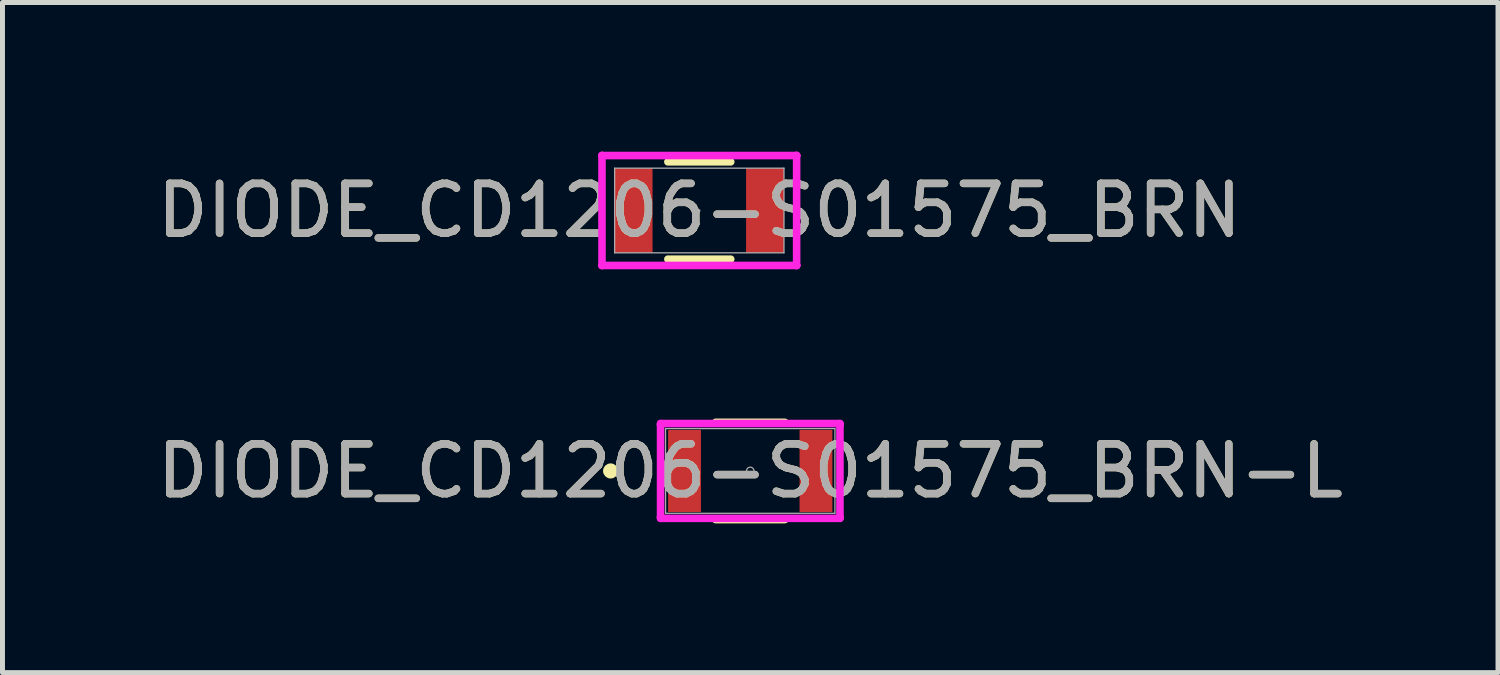
<source format=kicad_pcb>
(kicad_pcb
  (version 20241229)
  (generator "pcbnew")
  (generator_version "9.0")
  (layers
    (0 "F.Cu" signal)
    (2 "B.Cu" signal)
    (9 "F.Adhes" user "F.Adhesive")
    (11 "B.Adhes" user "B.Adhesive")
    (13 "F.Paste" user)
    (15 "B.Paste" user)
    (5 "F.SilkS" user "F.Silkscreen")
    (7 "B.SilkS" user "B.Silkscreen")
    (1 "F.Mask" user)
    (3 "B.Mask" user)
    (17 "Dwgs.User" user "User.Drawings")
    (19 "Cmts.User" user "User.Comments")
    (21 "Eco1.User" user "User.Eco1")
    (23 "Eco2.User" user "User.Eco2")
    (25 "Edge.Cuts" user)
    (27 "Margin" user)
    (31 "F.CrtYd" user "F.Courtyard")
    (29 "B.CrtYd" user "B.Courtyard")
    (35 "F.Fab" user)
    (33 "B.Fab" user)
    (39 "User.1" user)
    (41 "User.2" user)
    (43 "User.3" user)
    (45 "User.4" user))
  (footprint "DIODE_CD1206-S01575_BRN"
    (layer "F.Cu")
    (at 11.006 1.181)
    (property "Reference" "DIODE_CD1206-S01575_BRN" (at 0 0 0) (unlocked yes) (layer "F.SilkS") (effects (font (size 1 1) (thickness 0.15))))
    (attr smd)
    (fp_line (start -0.632 0.978) (end 0.632 0.978) (stroke (width 0.152) (type solid)) (layer "F.SilkS"))
    (fp_line (start 0.632 -0.978) (end -0.632 -0.978) (stroke (width 0.152) (type solid)) (layer "F.SilkS"))
    (fp_line (start -1.956 -1.105) (end -1.956 -1.105) (stroke (width 0.152) (type solid)) (layer "F.CrtYd"))
    (fp_line (start -1.956 -1.105) (end -1.956 -1.105) (stroke (width 0.152) (type solid)) (layer "F.CrtYd"))
    (fp_line (start -1.956 -1.105) (end 1.956 -1.105) (stroke (width 0.152) (type solid)) (layer "F.CrtYd"))
    (fp_line (start -1.956 1.105) (end -1.956 -1.105) (stroke (width 0.152) (type solid)) (layer "F.CrtYd"))
    (fp_line (start -1.956 1.105) (end -1.956 1.105) (stroke (width 0.152) (type solid)) (layer "F.CrtYd"))
    (fp_line (start -1.956 1.105) (end -1.956 1.105) (stroke (width 0.152) (type solid)) (layer "F.CrtYd"))
    (fp_line (start 1.956 -1.105) (end 1.956 -1.105) (stroke (width 0.152) (type solid)) (layer "F.CrtYd"))
    (fp_line (start 1.956 -1.105) (end 1.956 -1.105) (stroke (width 0.152) (type solid)) (layer "F.CrtYd"))
    (fp_line (start 1.956 -1.105) (end 1.956 1.105) (stroke (width 0.152) (type solid)) (layer "F.CrtYd"))
    (fp_line (start 1.956 1.105) (end -1.956 1.105) (stroke (width 0.152) (type solid)) (layer "F.CrtYd"))
    (fp_line (start 1.956 1.105) (end 1.956 1.105) (stroke (width 0.152) (type solid)) (layer "F.CrtYd"))
    (fp_line (start 1.956 1.105) (end 1.956 1.105) (stroke (width 0.152) (type solid)) (layer "F.CrtYd"))
    (fp_line (start -1.702 -0.851) (end -1.702 0.851) (stroke (width 0.025) (type solid)) (layer "F.Fab"))
    (fp_line (start -1.702 0.851) (end 1.702 0.851) (stroke (width 0.025) (type solid)) (layer "F.Fab"))
    (fp_line (start 1.702 -0.851) (end -1.702 -0.851) (stroke (width 0.025) (type solid)) (layer "F.Fab"))
    (fp_line (start 1.702 0.851) (end 1.702 -0.851) (stroke (width 0.025) (type solid)) (layer "F.Fab"))
    (fp_circle (center 0 0) (end 0 0) (stroke (width 0.025) (type solid)) (fill no) (layer "F.Fab"))
    (fp_text user "${REFERENCE}" (at 0 0 0) (unlocked yes) (layer "F.Fab") (effects (font (size 1 1) (thickness 0.15))))
    (pad "1" smd rect (at -1.321 0) (size 0.762 1.702) (layers "F.Cu" "F.Mask" "F.Paste"))
    (pad "2" smd rect (at 1.321 0) (size 0.762 1.702) (layers "F.Cu" "F.Mask" "F.Paste")))
  (footprint "DIODE_CD1206-S01575_BRN-L"
    (layer "F.Cu")
    (at 12.03 6.416)
    (property "Reference" "DIODE_CD1206-S01575_BRN-L" (at 0 0 0) (unlocked yes) (layer "F.SilkS") (effects (font (size 1 1) (thickness 0.15))))
    (attr smd)
    (fp_line (start -0.695 0.978) (end 0.695 0.978) (stroke (width 0.152) (type solid)) (layer "F.SilkS"))
    (fp_line (start 0.695 -0.978) (end -0.695 -0.978) (stroke (width 0.152) (type solid)) (layer "F.SilkS"))
    (fp_circle (center -2.807 0) (end -2.731 0) (stroke (width 0.152) (type solid)) (fill no) (layer "F.SilkS"))
    (fp_line (start -1.803 -0.953) (end 1.803 -0.953) (stroke (width 0.152) (type solid)) (layer "F.CrtYd"))
    (fp_line (start -1.803 -0.927) (end -1.803 -0.953) (stroke (width 0.152) (type solid)) (layer "F.CrtYd"))
    (fp_line (start -1.803 -0.927) (end -1.803 -0.927) (stroke (width 0.152) (type solid)) (layer "F.CrtYd"))
    (fp_line (start -1.803 0.927) (end -1.803 -0.927) (stroke (width 0.152) (type solid)) (layer "F.CrtYd"))
    (fp_line (start -1.803 0.927) (end -1.803 0.927) (stroke (width 0.152) (type solid)) (layer "F.CrtYd"))
    (fp_line (start -1.803 0.953) (end -1.803 0.927) (stroke (width 0.152) (type solid)) (layer "F.CrtYd"))
    (fp_line (start 1.803 -0.953) (end 1.803 -0.927) (stroke (width 0.152) (type solid)) (layer "F.CrtYd"))
    (fp_line (start 1.803 -0.927) (end 1.803 -0.927) (stroke (width 0.152) (type solid)) (layer "F.CrtYd"))
    (fp_line (start 1.803 -0.927) (end 1.803 0.927) (stroke (width 0.152) (type solid)) (layer "F.CrtYd"))
    (fp_line (start 1.803 0.927) (end 1.803 0.927) (stroke (width 0.152) (type solid)) (layer "F.CrtYd"))
    (fp_line (start 1.803 0.927) (end 1.803 0.953) (stroke (width 0.152) (type solid)) (layer "F.CrtYd"))
    (fp_line (start 1.803 0.953) (end -1.803 0.953) (stroke (width 0.152) (type solid)) (layer "F.CrtYd"))
    (fp_line (start -1.702 -0.851) (end -1.702 0.851) (stroke (width 0.025) (type solid)) (layer "F.Fab"))
    (fp_line (start -1.702 0.851) (end 1.702 0.851) (stroke (width 0.025) (type solid)) (layer "F.Fab"))
    (fp_line (start 1.702 -0.851) (end -1.702 -0.851) (stroke (width 0.025) (type solid)) (layer "F.Fab"))
    (fp_line (start 1.702 0.851) (end 1.702 -0.851) (stroke (width 0.025) (type solid)) (layer "F.Fab"))
    (fp_circle (center 0 0) (end 0.076 0) (stroke (width 0.025) (type solid)) (fill no) (layer "F.Fab"))
    (fp_text user "${REFERENCE}" (at 0 0 0) (unlocked yes) (layer "F.Fab") (effects (font (size 1 1) (thickness 0.15))))
    (pad "1" smd rect (at -1.321 0) (size 0.66 1.651) (layers "F.Cu" "F.Mask" "F.Paste"))
    (pad "2" smd rect (at 1.321 0) (size 0.66 1.651) (layers "F.Cu" "F.Mask" "F.Paste")))
  (gr_rect
    (start -3 -3)
    (end 27.06 10.47)
    (stroke (width 0.1) (type default))
    (fill no)
    (layer "Edge.Cuts")))
</source>
